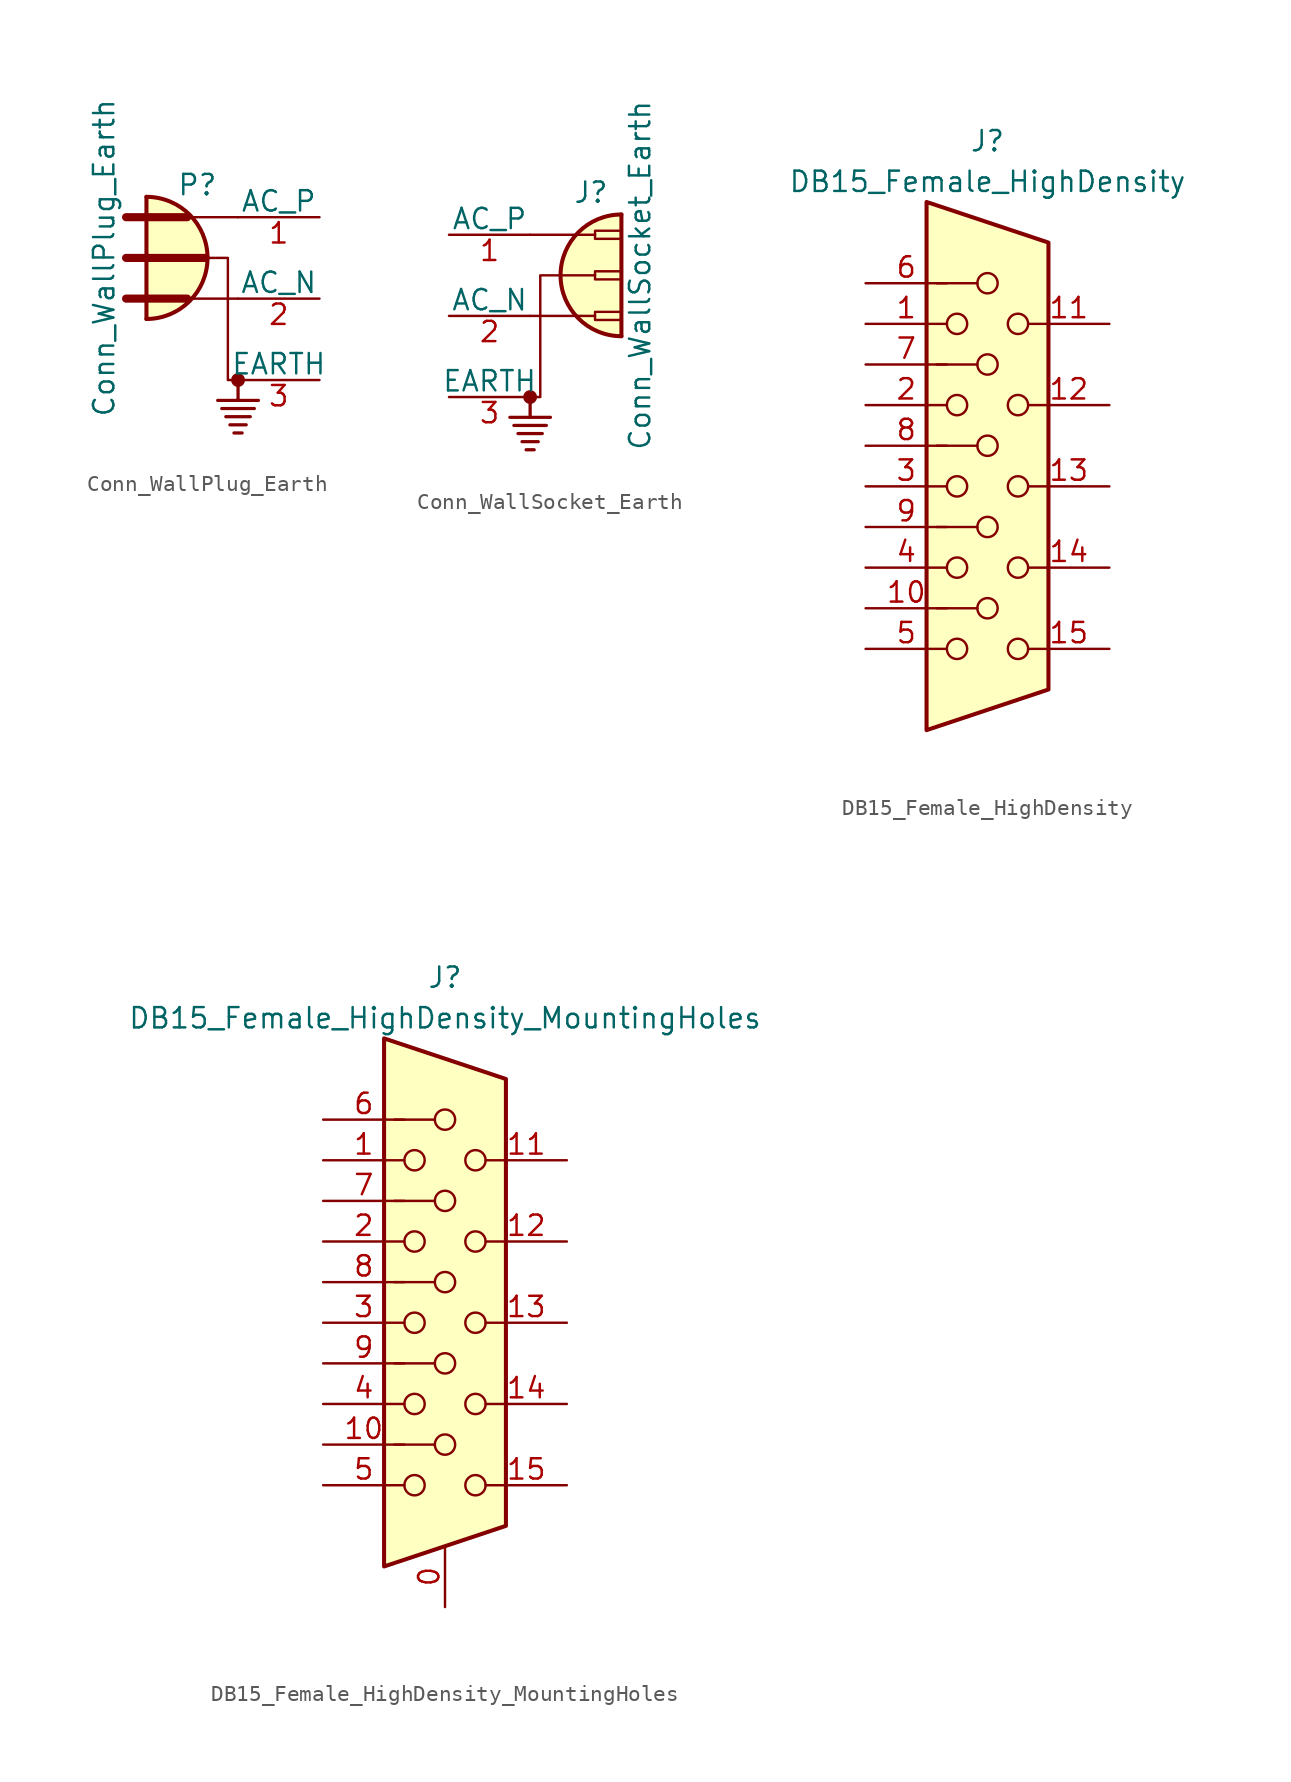
<source format=kicad_sym>
(kicad_symbol_lib
  (version 20201005)
  (generator kicad_symbol_editor)
  (symbol "Conn_WallPlug_Earth"
    (pin_names
      (offset 0))
    (property "Reference" "P"
      (at 0 3.81 0)
      (effects (font (size 1.27 1.27)) (justify bottom)))
    (property "Value" "Conn_WallPlug_Earth"
      (at -5.08 0 90)
      (effects (font (size 1.27 1.27)) (justify bottom)))
    (symbol "Conn_WallPlug_Earth_0_1"
      (arc (start -3.175 -3.81) (end -3.175 3.81) (radius (at -3.175 0) (length 3.81) (angles -89.9 89.9)) (stroke (width 0.254)) (fill (type background)))
      (circle (center 2.54 -7.62) (radius 0.356) (stroke (width 0)) (fill (type outline)))
      (polyline (pts (xy -4.445 -2.54) (xy -0.635 -2.54)) (stroke (width 0.508)) (fill (type none)))
      (polyline (pts (xy -4.445 0) (xy 0.508 0)) (stroke (width 0.508)) (fill (type none)))
      (polyline (pts (xy -4.445 2.54) (xy -0.635 2.54)) (stroke (width 0.508)) (fill (type none)))
      (polyline (pts (xy -3.175 -3.81) (xy -3.175 3.81)) (stroke (width 0.254)) (fill (type none)))
      (polyline (pts (xy -0.635 -2.54) (xy 2.54 -2.54)) (stroke (width 0)) (fill (type none)))
      (polyline (pts (xy -0.635 2.54) (xy 2.54 2.54)) (stroke (width 0)) (fill (type none)))
      (polyline (pts (xy 1.524 -9.398) (xy 3.556 -9.398)) (stroke (width 0.203)) (fill (type none)))
      (polyline (pts (xy 1.778 -9.906) (xy 3.302 -9.906)) (stroke (width 0.203)) (fill (type none)))
      (polyline (pts (xy 2.032 -10.414) (xy 3.048 -10.414)) (stroke (width 0.203)) (fill (type none)))
      (polyline (pts (xy 2.286 -10.922) (xy 2.794 -10.922)) (stroke (width 0.203)) (fill (type none)))
      (polyline (pts (xy 2.54 -7.62) (xy 2.54 -8.89)) (stroke (width 0.203)) (fill (type none)))
      (polyline (pts (xy 3.81 -8.89) (xy 1.27 -8.89)) (stroke (width 0.203)) (fill (type none)))
      (polyline (pts (xy 2.54 -7.62) (xy 1.905 -7.62) (xy 1.905 0) (xy -4.445 0)) (stroke (width 0)) (fill (type none))))
    (symbol "Conn_WallPlug_Earth_1_1"
      (pin power_out line (at 7.62 2.54 180) (length 5.08) (name "AC_P" (effects (font (size 1.27 1.27)))) (number "1" (effects (font (size 1.27 1.27)))))
      (pin power_out line (at 7.62 -2.54 180) (length 5.08) (name "AC_N" (effects (font (size 1.27 1.27)))) (number "2" (effects (font (size 1.27 1.27)))))
      (pin passive line (at 7.62 -7.62 180) (length 5.08) (name "EARTH" (effects (font (size 1.27 1.27)))) (number "3" (effects (font (size 1.27 1.27)))))))
  (symbol "Conn_WallSocket_Earth"
    (pin_names
      (offset 0))
    (property "Reference" "J"
      (at 3.81 6.985 0)
      (effects (font (size 1.27 1.27)) (justify bottom)))
    (property "Value" "Conn_WallSocket_Earth"
      (at 7.62 2.54 90)
      (effects (font (size 1.27 1.27)) (justify bottom)))
    (symbol "Conn_WallSocket_Earth_0_1"
      (arc (start 5.715 6.35) (end 5.715 -1.27) (radius (at 5.715 2.54) (length 3.81) (angles 90.1 -90.1)) (stroke (width 0.254)) (fill (type background)))
      (circle (center 0 -5.08) (radius 0.356) (stroke (width 0)) (fill (type outline)))
      (rectangle (start 5.715 -0.254) (end 4.064 0.254) (stroke (width 0)) (fill (type none)))
      (rectangle (start 5.715 2.286) (end 4.064 2.794) (stroke (width 0)) (fill (type none)))
      (rectangle (start 5.715 4.826) (end 4.064 5.334) (stroke (width 0)) (fill (type none)))
      (polyline (pts (xy -1.27 -6.35) (xy 1.27 -6.35)) (stroke (width 0.203)) (fill (type none)))
      (polyline (pts (xy 0 -5.08) (xy 0 -6.35)) (stroke (width 0.203)) (fill (type none)))
      (polyline (pts (xy 0.254 -8.382) (xy -0.254 -8.382)) (stroke (width 0.203)) (fill (type none)))
      (polyline (pts (xy 0.508 -7.874) (xy -0.508 -7.874)) (stroke (width 0.203)) (fill (type none)))
      (polyline (pts (xy 0.762 -7.366) (xy -0.762 -7.366)) (stroke (width 0.203)) (fill (type none)))
      (polyline (pts (xy 1.016 -6.858) (xy -1.016 -6.858)) (stroke (width 0.203)) (fill (type none)))
      (polyline (pts (xy 4.064 0) (xy 0 0)) (stroke (width 0)) (fill (type none)))
      (polyline (pts (xy 4.064 5.08) (xy 0 5.08)) (stroke (width 0)) (fill (type none)))
      (polyline (pts (xy 5.715 -1.27) (xy 5.715 6.35)) (stroke (width 0.254)) (fill (type none)))
      (polyline (pts (xy 0 -5.08) (xy 0.635 -5.08) (xy 0.635 2.54) (xy 4.064 2.54)) (stroke (width 0)) (fill (type none))))
    (symbol "Conn_WallSocket_Earth_1_1"
      (pin power_in line (at -5.08 5.08 0) (length 5.08) (name "AC_P" (effects (font (size 1.27 1.27)))) (number "1" (effects (font (size 1.27 1.27)))))
      (pin power_in line (at -5.08 0 0) (length 5.08) (name "AC_N" (effects (font (size 1.27 1.27)))) (number "2" (effects (font (size 1.27 1.27)))))
      (pin passive line (at -5.08 -5.08 0) (length 5.08) (name "EARTH" (effects (font (size 1.27 1.27)))) (number "3" (effects (font (size 1.27 1.27)))))))
  (symbol "DB15_Female_HighDensity"
    (pin_names
      (offset 1.016) hide)
    (property "Reference" "J"
      (at 0 21.59 0)
      (effects (font (size 1.27 1.27))))
    (property "Value" "DB15_Female_HighDensity"
      (at 0 19.05 0)
      (effects (font (size 1.27 1.27))))
    (symbol "DB15_Female_HighDensity_0_1"
      (circle (center -1.905 -10.16) (radius 0.635) (stroke (width 0)) (fill (type none)))
      (circle (center -1.905 -5.08) (radius 0.635) (stroke (width 0)) (fill (type none)))
      (circle (center -1.905 0) (radius 0.635) (stroke (width 0)) (fill (type none)))
      (circle (center -1.905 5.08) (radius 0.635) (stroke (width 0)) (fill (type none)))
      (circle (center -1.905 10.16) (radius 0.635) (stroke (width 0)) (fill (type none)))
      (circle (center 0 -7.62) (radius 0.635) (stroke (width 0)) (fill (type none)))
      (circle (center 0 -2.54) (radius 0.635) (stroke (width 0)) (fill (type none)))
      (circle (center 0 2.54) (radius 0.635) (stroke (width 0)) (fill (type none)))
      (circle (center 0 7.62) (radius 0.635) (stroke (width 0)) (fill (type none)))
      (circle (center 0 12.7) (radius 0.635) (stroke (width 0)) (fill (type none)))
      (circle (center 1.905 -10.16) (radius 0.635) (stroke (width 0)) (fill (type none)))
      (circle (center 1.905 -5.08) (radius 0.635) (stroke (width 0)) (fill (type none)))
      (circle (center 1.905 0) (radius 0.635) (stroke (width 0)) (fill (type none)))
      (circle (center 1.905 5.08) (radius 0.635) (stroke (width 0)) (fill (type none)))
      (circle (center 1.905 10.16) (radius 0.635) (stroke (width 0)) (fill (type none)))
      (polyline (pts (xy -3.175 7.62) (xy -0.635 7.62)) (stroke (width 0)) (fill (type none)))
      (polyline (pts (xy -0.635 -7.62) (xy -3.175 -7.62)) (stroke (width 0)) (fill (type none)))
      (polyline (pts (xy -0.635 -2.54) (xy -3.175 -2.54)) (stroke (width 0)) (fill (type none)))
      (polyline (pts (xy -0.635 2.54) (xy -3.175 2.54)) (stroke (width 0)) (fill (type none)))
      (polyline (pts (xy -0.635 12.7) (xy -3.175 12.7)) (stroke (width 0)) (fill (type none)))
      (polyline (pts (xy -3.81 17.78) (xy -3.81 -15.24) (xy 3.81 -12.7) (xy 3.81 15.24) (xy -3.81 17.78)) (stroke (width 0.254)) (fill (type background))))
    (symbol "DB15_Female_HighDensity_1_1"
      (pin passive line (at -7.62 10.16 0) (length 5.08) (name "~" (effects (font (size 1.27 1.27)))) (number "1" (effects (font (size 1.27 1.27)))))
      (pin passive line (at -7.62 -7.62 0) (length 5.08) (name "~" (effects (font (size 1.27 1.27)))) (number "10" (effects (font (size 1.27 1.27)))))
      (pin passive line (at 7.62 10.16 180) (length 5.08) (name "~" (effects (font (size 1.27 1.27)))) (number "11" (effects (font (size 1.27 1.27)))))
      (pin passive line (at 7.62 5.08 180) (length 5.08) (name "~" (effects (font (size 1.27 1.27)))) (number "12" (effects (font (size 1.27 1.27)))))
      (pin passive line (at 7.62 0 180) (length 5.08) (name "~" (effects (font (size 1.27 1.27)))) (number "13" (effects (font (size 1.27 1.27)))))
      (pin passive line (at 7.62 -5.08 180) (length 5.08) (name "~" (effects (font (size 1.27 1.27)))) (number "14" (effects (font (size 1.27 1.27)))))
      (pin passive line (at 7.62 -10.16 180) (length 5.08) (name "~" (effects (font (size 1.27 1.27)))) (number "15" (effects (font (size 1.27 1.27)))))
      (pin passive line (at -7.62 5.08 0) (length 5.08) (name "~" (effects (font (size 1.27 1.27)))) (number "2" (effects (font (size 1.27 1.27)))))
      (pin passive line (at -7.62 0 0) (length 5.08) (name "~" (effects (font (size 1.27 1.27)))) (number "3" (effects (font (size 1.27 1.27)))))
      (pin passive line (at -7.62 -5.08 0) (length 5.08) (name "~" (effects (font (size 1.27 1.27)))) (number "4" (effects (font (size 1.27 1.27)))))
      (pin passive line (at -7.62 -10.16 0) (length 5.08) (name "~" (effects (font (size 1.27 1.27)))) (number "5" (effects (font (size 1.27 1.27)))))
      (pin passive line (at -7.62 12.7 0) (length 5.08) (name "~" (effects (font (size 1.27 1.27)))) (number "6" (effects (font (size 1.27 1.27)))))
      (pin passive line (at -7.62 7.62 0) (length 5.08) (name "~" (effects (font (size 1.27 1.27)))) (number "7" (effects (font (size 1.27 1.27)))))
      (pin passive line (at -7.62 2.54 0) (length 5.08) (name "~" (effects (font (size 1.27 1.27)))) (number "8" (effects (font (size 1.27 1.27)))))
      (pin passive line (at -7.62 -2.54 0) (length 5.08) (name "~" (effects (font (size 1.27 1.27)))) (number "9" (effects (font (size 1.27 1.27)))))))
  (symbol "DB15_Female_HighDensity_MountingHoles"
    (pin_names
      (offset 1.016) hide)
    (property "Reference" "J"
      (at 0 21.59 0)
      (effects (font (size 1.27 1.27))))
    (property "Value" "DB15_Female_HighDensity_MountingHoles"
      (at 0 19.05 0)
      (effects (font (size 1.27 1.27))))
    (symbol "DB15_Female_HighDensity_MountingHoles_0_1"
      (circle (center -1.905 -10.16) (radius 0.635) (stroke (width 0)) (fill (type none)))
      (circle (center -1.905 -5.08) (radius 0.635) (stroke (width 0)) (fill (type none)))
      (circle (center -1.905 0) (radius 0.635) (stroke (width 0)) (fill (type none)))
      (circle (center -1.905 5.08) (radius 0.635) (stroke (width 0)) (fill (type none)))
      (circle (center -1.905 10.16) (radius 0.635) (stroke (width 0)) (fill (type none)))
      (circle (center 0 -7.62) (radius 0.635) (stroke (width 0)) (fill (type none)))
      (circle (center 0 -2.54) (radius 0.635) (stroke (width 0)) (fill (type none)))
      (circle (center 0 2.54) (radius 0.635) (stroke (width 0)) (fill (type none)))
      (circle (center 0 7.62) (radius 0.635) (stroke (width 0)) (fill (type none)))
      (circle (center 0 12.7) (radius 0.635) (stroke (width 0)) (fill (type none)))
      (circle (center 1.905 -10.16) (radius 0.635) (stroke (width 0)) (fill (type none)))
      (circle (center 1.905 -5.08) (radius 0.635) (stroke (width 0)) (fill (type none)))
      (circle (center 1.905 0) (radius 0.635) (stroke (width 0)) (fill (type none)))
      (circle (center 1.905 5.08) (radius 0.635) (stroke (width 0)) (fill (type none)))
      (circle (center 1.905 10.16) (radius 0.635) (stroke (width 0)) (fill (type none)))
      (polyline (pts (xy -3.175 7.62) (xy -0.635 7.62)) (stroke (width 0)) (fill (type none)))
      (polyline (pts (xy -0.635 -7.62) (xy -3.175 -7.62)) (stroke (width 0)) (fill (type none)))
      (polyline (pts (xy -0.635 -2.54) (xy -3.175 -2.54)) (stroke (width 0)) (fill (type none)))
      (polyline (pts (xy -0.635 2.54) (xy -3.175 2.54)) (stroke (width 0)) (fill (type none)))
      (polyline (pts (xy -0.635 12.7) (xy -3.175 12.7)) (stroke (width 0)) (fill (type none)))
      (polyline (pts (xy -3.81 17.78) (xy -3.81 -15.24) (xy 3.81 -12.7) (xy 3.81 15.24) (xy -3.81 17.78)) (stroke (width 0.254)) (fill (type background))))
    (symbol "DB15_Female_HighDensity_MountingHoles_1_1"
      (pin passive line (at 0 -17.78 90) (length 3.81) (name "~" (effects (font (size 1.27 1.27)))) (number "0" (effects (font (size 1.27 1.27)))))
      (pin passive line (at -7.62 10.16 0) (length 5.08) (name "~" (effects (font (size 1.27 1.27)))) (number "1" (effects (font (size 1.27 1.27)))))
      (pin passive line (at -7.62 -7.62 0) (length 5.08) (name "~" (effects (font (size 1.27 1.27)))) (number "10" (effects (font (size 1.27 1.27)))))
      (pin passive line (at 7.62 10.16 180) (length 5.08) (name "~" (effects (font (size 1.27 1.27)))) (number "11" (effects (font (size 1.27 1.27)))))
      (pin passive line (at 7.62 5.08 180) (length 5.08) (name "~" (effects (font (size 1.27 1.27)))) (number "12" (effects (font (size 1.27 1.27)))))
      (pin passive line (at 7.62 0 180) (length 5.08) (name "~" (effects (font (size 1.27 1.27)))) (number "13" (effects (font (size 1.27 1.27)))))
      (pin passive line (at 7.62 -5.08 180) (length 5.08) (name "~" (effects (font (size 1.27 1.27)))) (number "14" (effects (font (size 1.27 1.27)))))
      (pin passive line (at 7.62 -10.16 180) (length 5.08) (name "~" (effects (font (size 1.27 1.27)))) (number "15" (effects (font (size 1.27 1.27)))))
      (pin passive line (at -7.62 5.08 0) (length 5.08) (name "~" (effects (font (size 1.27 1.27)))) (number "2" (effects (font (size 1.27 1.27)))))
      (pin passive line (at -7.62 0 0) (length 5.08) (name "~" (effects (font (size 1.27 1.27)))) (number "3" (effects (font (size 1.27 1.27)))))
      (pin passive line (at -7.62 -5.08 0) (length 5.08) (name "~" (effects (font (size 1.27 1.27)))) (number "4" (effects (font (size 1.27 1.27)))))
      (pin passive line (at -7.62 -10.16 0) (length 5.08) (name "~" (effects (font (size 1.27 1.27)))) (number "5" (effects (font (size 1.27 1.27)))))
      (pin passive line (at -7.62 12.7 0) (length 5.08) (name "~" (effects (font (size 1.27 1.27)))) (number "6" (effects (font (size 1.27 1.27)))))
      (pin passive line (at -7.62 7.62 0) (length 5.08) (name "~" (effects (font (size 1.27 1.27)))) (number "7" (effects (font (size 1.27 1.27)))))
      (pin passive line (at -7.62 2.54 0) (length 5.08) (name "~" (effects (font (size 1.27 1.27)))) (number "8" (effects (font (size 1.27 1.27)))))
      (pin passive line (at -7.62 -2.54 0) (length 5.08) (name "~" (effects (font (size 1.27 1.27)))) (number "9" (effects (font (size 1.27 1.27))))))))
</source>
